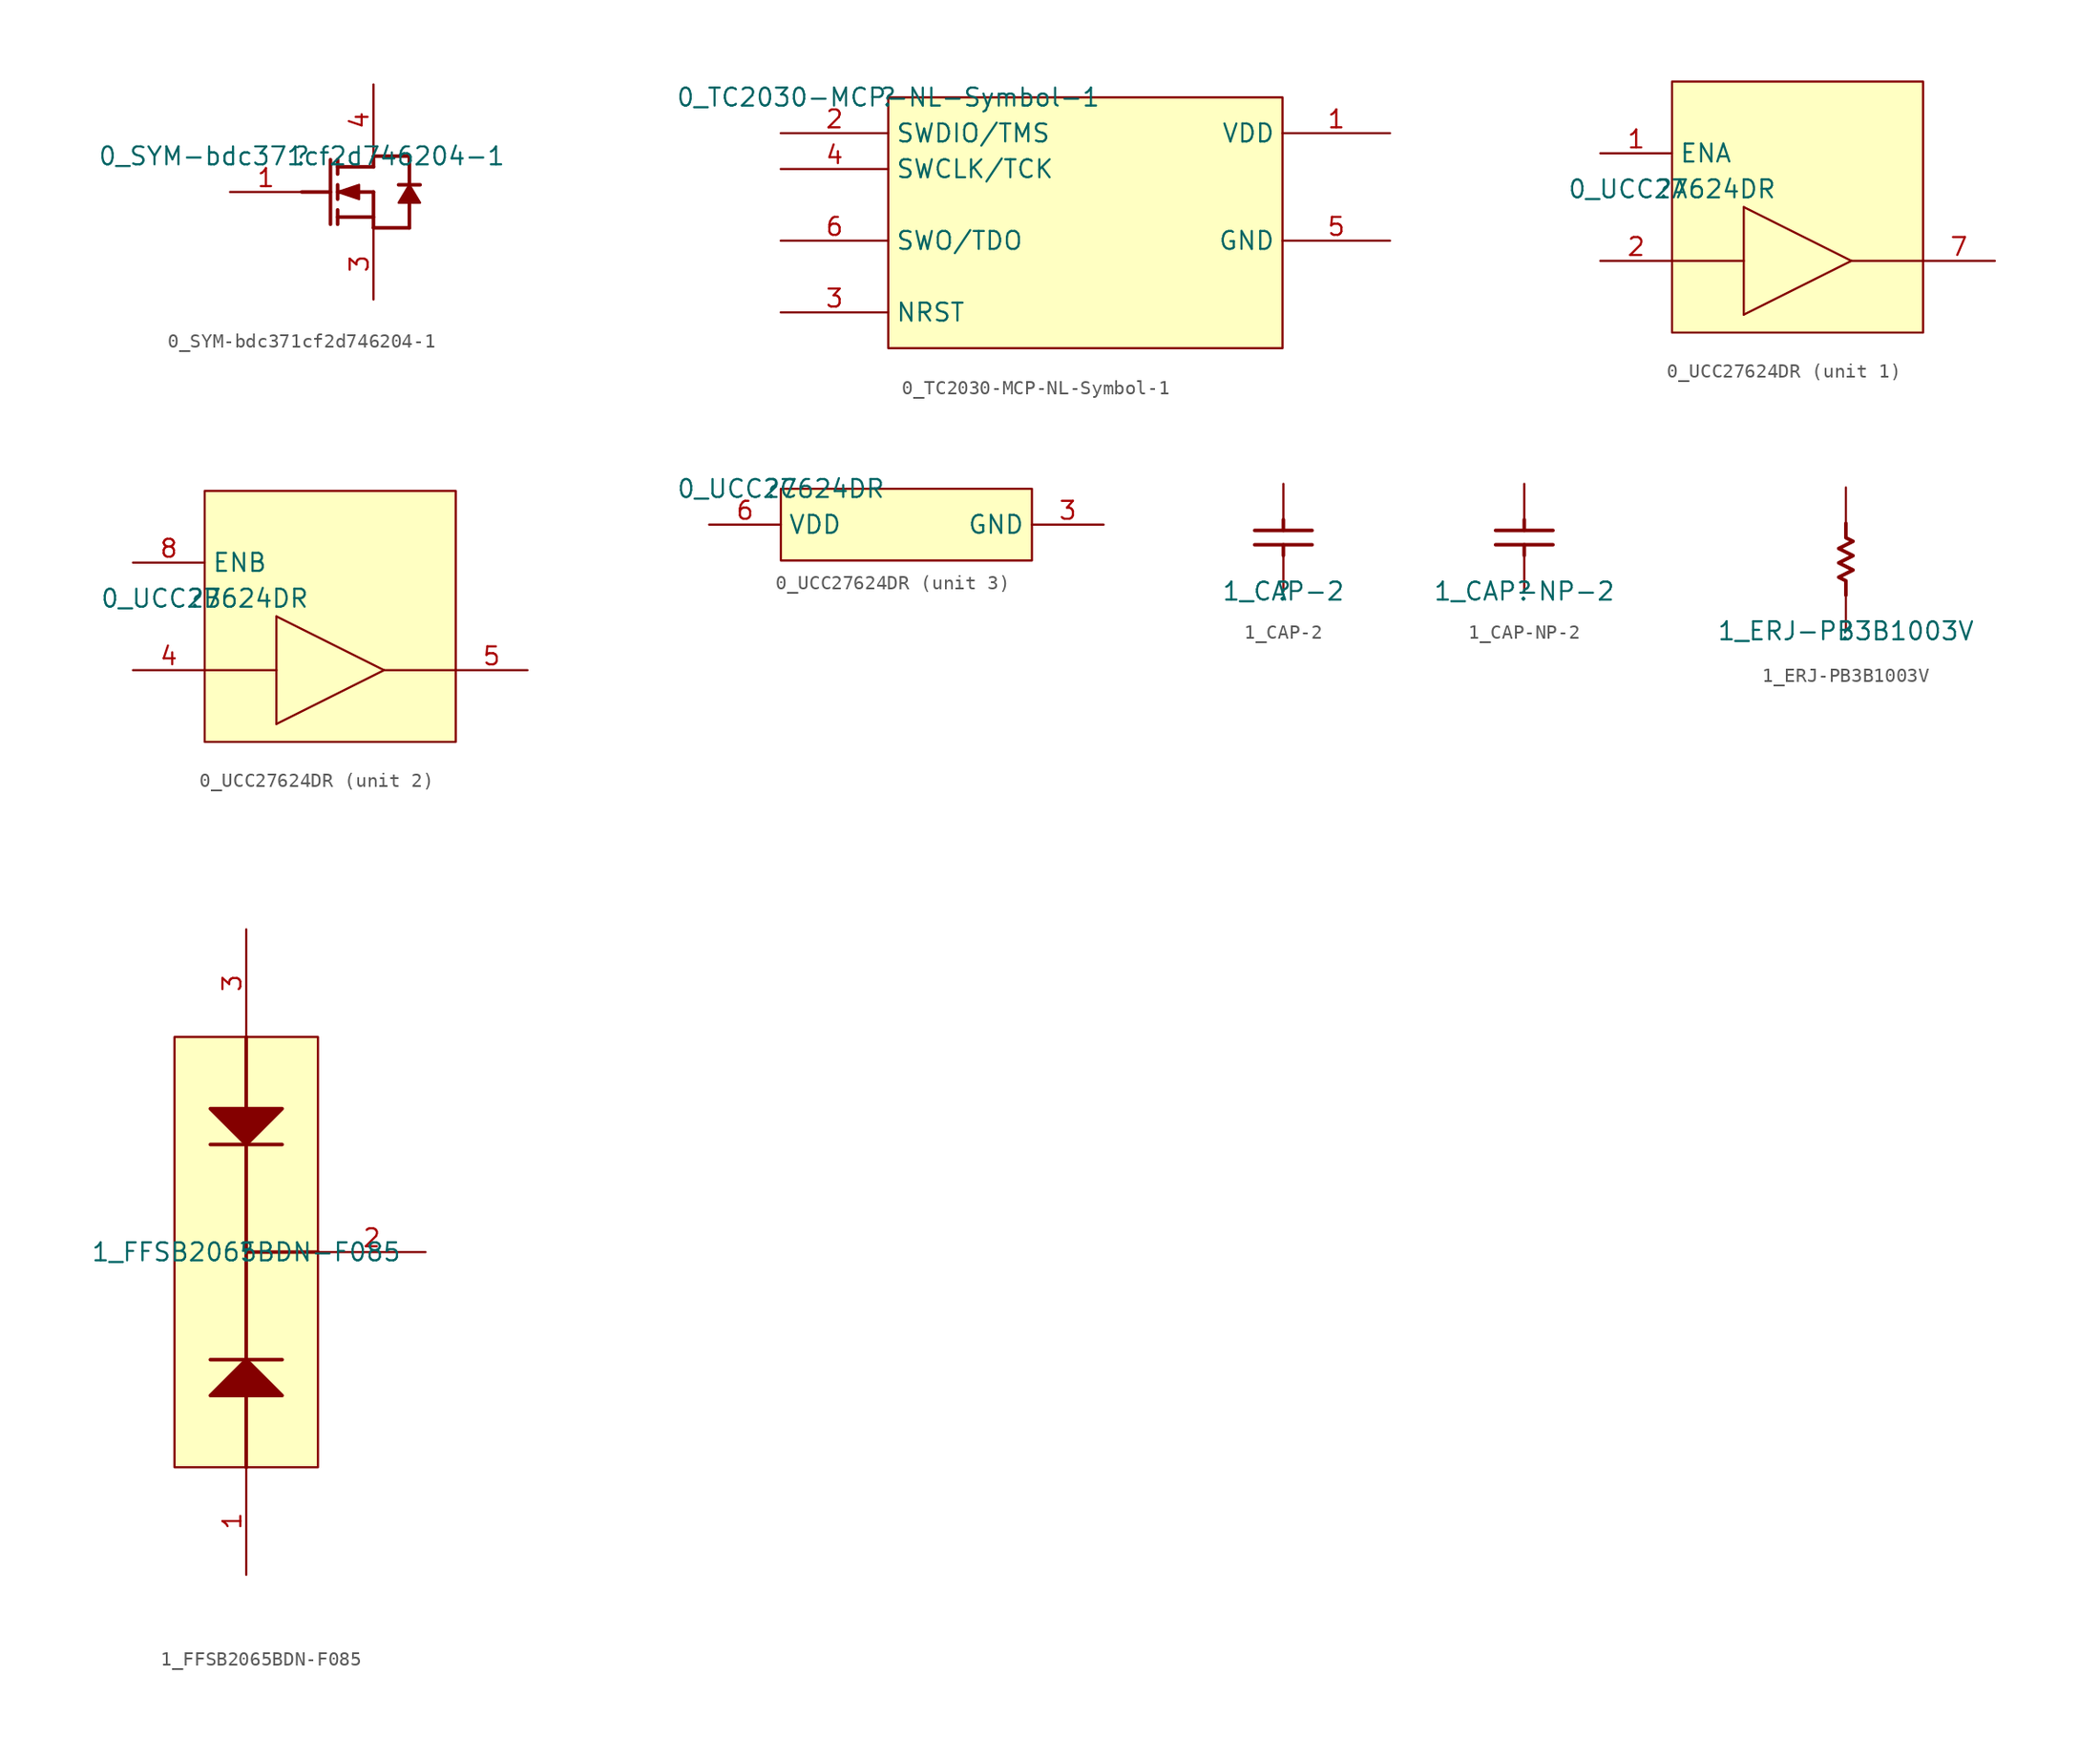
<source format=kicad_sym>
(kicad_symbol_lib
  (version 20211014)
  (generator kicad_symbol_editor)
  (symbol "0_SYM-bdc371cf2d746204-1"
    (property "Reference" ""
      (at 0 0 0)
      (effects (font (size 1.27 1.27))))
    (property "Value" "0_SYM-bdc371cf2d746204-1"
      (at 0 0 0)
      (effects (font (size 1.27 1.27))))
    (symbol "0_SYM-bdc371cf2d746204-1_1_0"
      (polyline (pts (xy 0 -2.54) (xy 2.032 -2.54)) (stroke (width 0.254) (type default) (color 0 0 0 0)) (fill (type none)))
      (polyline (pts (xy 2.032 -0.254) (xy 2.032 -4.826)) (stroke (width 0.254) (type default) (color 0 0 0 0)) (fill (type none)))
      (polyline (pts (xy 2.54 -4.826) (xy 2.54 -3.81)) (stroke (width 0.254) (type default) (color 0 0 0 0)) (fill (type none)))
      (polyline (pts (xy 2.54 -3.048) (xy 2.54 -2.032)) (stroke (width 0.254) (type default) (color 0 0 0 0)) (fill (type none)))
      (polyline (pts (xy 2.54 -0.254) (xy 2.54 -1.27)) (stroke (width 0.254) (type default) (color 0 0 0 0)) (fill (type none)))
      (polyline (pts (xy 5.08 -5.08) (xy 7.62 -5.08)) (stroke (width 0.254) (type default) (color 0 0 0 0)) (fill (type none)))
      (polyline (pts (xy 5.08 -4.318) (xy 2.54 -4.318)) (stroke (width 0.254) (type default) (color 0 0 0 0)) (fill (type none)))
      (polyline (pts (xy 5.08 -2.54) (xy 2.54 -2.54)) (stroke (width 0.254) (type default) (color 0 0 0 0)) (fill (type none)))
      (polyline (pts (xy 5.08 -2.54) (xy 5.08 -5.08)) (stroke (width 0.254) (type default) (color 0 0 0 0)) (fill (type none)))
      (polyline (pts (xy 5.08 -0.762) (xy 2.54 -0.762)) (stroke (width 0.254) (type default) (color 0 0 0 0)) (fill (type none)))
      (polyline (pts (xy 5.08 -0.762) (xy 5.08 0)) (stroke (width 0.254) (type default) (color 0 0 0 0)) (fill (type none)))
      (polyline (pts (xy 5.08 0) (xy 7.62 0)) (stroke (width 0.254) (type default) (color 0 0 0 0)) (fill (type none)))
      (polyline (pts (xy 6.858 -2.032) (xy 8.382 -2.032)) (stroke (width 0.254) (type default) (color 0 0 0 0)) (fill (type none)))
      (polyline (pts (xy 7.62 -5.08) (xy 7.62 -3.302)) (stroke (width 0.254) (type default) (color 0 0 0 0)) (fill (type none)))
      (polyline (pts (xy 7.62 0) (xy 7.62 -2.032)) (stroke (width 0.254) (type default) (color 0 0 0 0)) (fill (type none)))
      (polyline (pts (xy 2.54 -2.54) (xy 4.064 -3.048) (xy 4.064 -2.032) (xy 2.54 -2.54)) (stroke (width 0) (type default) (color 0 0 0 0)) (fill (type outline)))
      (polyline (pts (xy 7.62 -2.032) (xy 6.858 -3.302) (xy 8.382 -3.302) (xy 7.62 -2.032)) (stroke (width 0) (type default) (color 0 0 0 0)) (fill (type outline)))
      (pin passive line (at -5.08 -2.54 0) (length 5.08) (name "G" (effects (font (size 0 0)))) (number "1" (effects (font (size 1.27 1.27)))))
      (pin passive line (at 5.08 -10.16 90) (length 5.08) (name "S" (effects (font (size 0 0)))) (number "3" (effects (font (size 1.27 1.27)))))
      (pin passive line (at 5.08 5.08 270) (length 5.08) (name "D" (effects (font (size 0 0)))) (number "4" (effects (font (size 1.27 1.27)))))))
  (symbol "0_TC2030-MCP-NL-Symbol-1"
    (property "Reference" ""
      (at 0 0 0)
      (effects (font (size 1.27 1.27))))
    (property "Value" "0_TC2030-MCP-NL-Symbol-1"
      (at 0 0 0)
      (effects (font (size 1.27 1.27))))
    (symbol "0_TC2030-MCP-NL-Symbol-1_1_0"
      (rectangle (start 27.94 0) (end 0 -17.78) (stroke (width 0) (type default) (color 0 0 0 0)) (fill (type background)))
      (pin power_in line (at 35.56 -2.54 180) (length 7.62) (name "VDD" (effects (font (size 1.27 1.27)))) (number "1" (effects (font (size 1.27 1.27)))))
      (pin output line (at -7.62 -2.54 0) (length 7.62) (name "SWDIO/TMS" (effects (font (size 1.27 1.27)))) (number "2" (effects (font (size 1.27 1.27)))))
      (pin output line (at -7.62 -15.24 0) (length 7.62) (name "NRST" (effects (font (size 1.27 1.27)))) (number "3" (effects (font (size 1.27 1.27)))))
      (pin input line (at -7.62 -5.08 0) (length 7.62) (name "SWCLK/TCK" (effects (font (size 1.27 1.27)))) (number "4" (effects (font (size 1.27 1.27)))))
      (pin power_in line (at 35.56 -10.16 180) (length 7.62) (name "GND" (effects (font (size 1.27 1.27)))) (number "5" (effects (font (size 1.27 1.27)))))
      (pin output line (at -7.62 -10.16 0) (length 7.62) (name "SWO/TDO" (effects (font (size 1.27 1.27)))) (number "6" (effects (font (size 1.27 1.27)))))))
  (symbol "0_UCC27624DR"
    (property "Reference" ""
      (at 0 0 0)
      (effects (font (size 1.27 1.27))))
    (property "Value" "0_UCC27624DR"
      (at 0 0 0)
      (effects (font (size 1.27 1.27))))
    (symbol "0_UCC27624DR_1_0"
      (polyline (pts (xy 0 -5.08) (xy 5.08 -5.08)) (stroke (width 0) (type default) (color 0 0 0 0)) (fill (type none)))
      (polyline (pts (xy 5.08 -8.89) (xy 5.08 -1.27)) (stroke (width 0) (type default) (color 0 0 0 0)) (fill (type none)))
      (polyline (pts (xy 5.08 -8.89) (xy 12.7 -5.08)) (stroke (width 0) (type default) (color 0 0 0 0)) (fill (type none)))
      (polyline (pts (xy 5.08 -1.27) (xy 12.7 -5.08)) (stroke (width 0) (type default) (color 0 0 0 0)) (fill (type none)))
      (polyline (pts (xy 12.7 -5.08) (xy 17.78 -5.08)) (stroke (width 0) (type default) (color 0 0 0 0)) (fill (type none)))
      (rectangle (start 17.78 7.62) (end 0 -10.16) (stroke (width 0) (type default) (color 0 0 0 0)) (fill (type background)))
      (pin input line (at -5.08 2.54 0) (length 5.08) (name "ENA" (effects (font (size 1.27 1.27)))) (number "1" (effects (font (size 1.27 1.27)))))
      (pin input line (at -5.08 -5.08 0) (length 5.08) (name "INA" (effects (font (size 0 0)))) (number "2" (effects (font (size 1.27 1.27)))))
      (pin output line (at 22.86 -5.08 180) (length 5.08) (name "OUTA" (effects (font (size 0 0)))) (number "7" (effects (font (size 1.27 1.27))))))
    (symbol "0_UCC27624DR_2_0"
      (polyline (pts (xy 0 -5.08) (xy 5.08 -5.08)) (stroke (width 0) (type default) (color 0 0 0 0)) (fill (type none)))
      (polyline (pts (xy 5.08 -8.89) (xy 5.08 -1.27)) (stroke (width 0) (type default) (color 0 0 0 0)) (fill (type none)))
      (polyline (pts (xy 5.08 -8.89) (xy 12.7 -5.08)) (stroke (width 0) (type default) (color 0 0 0 0)) (fill (type none)))
      (polyline (pts (xy 5.08 -1.27) (xy 12.7 -5.08)) (stroke (width 0) (type default) (color 0 0 0 0)) (fill (type none)))
      (polyline (pts (xy 12.7 -5.08) (xy 17.78 -5.08)) (stroke (width 0) (type default) (color 0 0 0 0)) (fill (type none)))
      (rectangle (start 17.78 7.62) (end 0 -10.16) (stroke (width 0) (type default) (color 0 0 0 0)) (fill (type background)))
      (pin input line (at -5.08 -5.08 0) (length 5.08) (name "INB" (effects (font (size 0 0)))) (number "4" (effects (font (size 1.27 1.27)))))
      (pin output line (at 22.86 -5.08 180) (length 5.08) (name "OUTB" (effects (font (size 0 0)))) (number "5" (effects (font (size 1.27 1.27)))))
      (pin input line (at -5.08 2.54 0) (length 5.08) (name "ENB" (effects (font (size 1.27 1.27)))) (number "8" (effects (font (size 1.27 1.27))))))
    (symbol "0_UCC27624DR_3_0"
      (rectangle (start 17.78 0) (end 0 -5.08) (stroke (width 0) (type default) (color 0 0 0 0)) (fill (type background)))
      (pin passive line (at 22.86 -2.54 180) (length 5.08) (name "GND" (effects (font (size 1.27 1.27)))) (number "3" (effects (font (size 1.27 1.27)))))
      (pin passive line (at -5.08 -2.54 0) (length 5.08) (name "VDD" (effects (font (size 1.27 1.27)))) (number "6" (effects (font (size 1.27 1.27)))))))
  (symbol "1_CAP-2"
    (property "Reference" ""
      (at 0 0 0)
      (effects (font (size 1.27 1.27))))
    (property "Value" "1_CAP-2"
      (at 0 0 0)
      (effects (font (size 1.27 1.27))))
    (symbol "1_CAP-2_1_0"
      (polyline (pts (xy -2.032 4.318) (xy 2.032 4.318)) (stroke (width 0.254) (type default) (color 0 0 0 0)) (fill (type none)))
      (polyline (pts (xy 0 2.54) (xy 0 3.302)) (stroke (width 0.254) (type default) (color 0 0 0 0)) (fill (type none)))
      (polyline (pts (xy 0 5.08) (xy 0 4.318)) (stroke (width 0.254) (type default) (color 0 0 0 0)) (fill (type none)))
      (polyline (pts (xy 2.032 3.302) (xy -2.032 3.302)) (stroke (width 0.254) (type default) (color 0 0 0 0)) (fill (type none)))
      (pin passive line (at 0 0 90) (length 2.54) (name "1" (effects (font (size 0 0)))) (number "1" (effects (font (size 0 0)))))
      (pin passive line (at 0 7.62 270) (length 2.54) (name "2" (effects (font (size 0 0)))) (number "2" (effects (font (size 0 0)))))))
  (symbol "1_CAP-NP-2"
    (property "Reference" ""
      (at 0 0 0)
      (effects (font (size 1.27 1.27))))
    (property "Value" "1_CAP-NP-2"
      (at 0 0 0)
      (effects (font (size 1.27 1.27))))
    (symbol "1_CAP-NP-2_1_0"
      (polyline (pts (xy -2.032 4.318) (xy 2.032 4.318)) (stroke (width 0.254) (type default) (color 0 0 0 0)) (fill (type none)))
      (polyline (pts (xy 0 2.54) (xy 0 3.302)) (stroke (width 0.254) (type default) (color 0 0 0 0)) (fill (type none)))
      (polyline (pts (xy 0 5.08) (xy 0 4.318)) (stroke (width 0.254) (type default) (color 0 0 0 0)) (fill (type none)))
      (polyline (pts (xy 2.032 3.302) (xy -2.032 3.302)) (stroke (width 0.254) (type default) (color 0 0 0 0)) (fill (type none)))
      (pin passive line (at 0 0 90) (length 2.54) (name "1" (effects (font (size 0 0)))) (number "1" (effects (font (size 0 0)))))
      (pin passive line (at 0 7.62 270) (length 2.54) (name "2" (effects (font (size 0 0)))) (number "2" (effects (font (size 0 0)))))))
  (symbol "1_ERJ-PB3B1003V"
    (property "Reference" ""
      (at 0 0 0)
      (effects (font (size 1.27 1.27))))
    (property "Value" "1_ERJ-PB3B1003V"
      (at 0 0 0)
      (effects (font (size 1.27 1.27))))
    (symbol "1_ERJ-PB3B1003V_1_0"
      (polyline (pts (xy 0 7.62) (xy 0 6.604) (xy 0.508 6.35) (xy -0.508 5.842) (xy 0.508 5.334) (xy -0.508 4.826) (xy 0.508 4.318) (xy -0.508 3.81) (xy 0 3.556) (xy 0 2.54)) (stroke (width 0.254) (type default) (color 0 0 0 0)) (fill (type none)))
      (pin passive line (at 0 0 90) (length 2.54) (name "1" (effects (font (size 0 0)))) (number "1" (effects (font (size 0 0)))))
      (pin passive line (at 0 10.16 270) (length 2.54) (name "2" (effects (font (size 0 0)))) (number "2" (effects (font (size 0 0)))))))
  (symbol "1_FFSB2065BDN-F085"
    (property "Reference" ""
      (at 0 0 0)
      (effects (font (size 1.27 1.27))))
    (property "Value" "1_FFSB2065BDN-F085"
      (at 0 0 0)
      (effects (font (size 1.27 1.27))))
    (symbol "1_FFSB2065BDN-F085_1_0"
      (polyline (pts (xy -2.54 -7.62) (xy 2.54 -7.62)) (stroke (width 0.254) (type default) (color 0 0 0 0)) (fill (type none)))
      (polyline (pts (xy -2.54 7.62) (xy 2.54 7.62)) (stroke (width 0.254) (type default) (color 0 0 0 0)) (fill (type none)))
      (polyline (pts (xy 0 -15.24) (xy 0 -10.16)) (stroke (width 0.254) (type default) (color 0 0 0 0)) (fill (type none)))
      (polyline (pts (xy 0 -7.62) (xy 0 7.62)) (stroke (width 0.254) (type default) (color 0 0 0 0)) (fill (type none)))
      (polyline (pts (xy 0 0) (xy 5.08 0)) (stroke (width 0.254) (type default) (color 0 0 0 0)) (fill (type none)))
      (polyline (pts (xy 0 10.16) (xy 0 15.24)) (stroke (width 0.254) (type default) (color 0 0 0 0)) (fill (type none)))
      (polyline (pts (xy 2.54 -10.16) (xy 0 -7.62) (xy -2.54 -10.16) (xy 2.54 -10.16)) (stroke (width 0.254) (type default) (color 0 0 0 0)) (fill (type outline)))
      (polyline (pts (xy 2.54 10.16) (xy 0 7.62) (xy -2.54 10.16) (xy 2.54 10.16)) (stroke (width 0.254) (type default) (color 0 0 0 0)) (fill (type outline)))
      (rectangle (start 5.08 15.24) (end -5.08 -15.24) (stroke (width 0) (type default) (color 0 0 0 0)) (fill (type background)))
      (pin passive line (at 0 -22.86 90) (length 7.62) (name "1" (effects (font (size 0 0)))) (number "1" (effects (font (size 1.27 1.27)))))
      (pin passive line (at 12.7 0 180) (length 7.62) (name "2" (effects (font (size 0 0)))) (number "2" (effects (font (size 1.27 1.27)))))
      (pin passive line (at 0 22.86 270) (length 7.62) (name "3" (effects (font (size 0 0)))) (number "3" (effects (font (size 1.27 1.27))))))))
</source>
